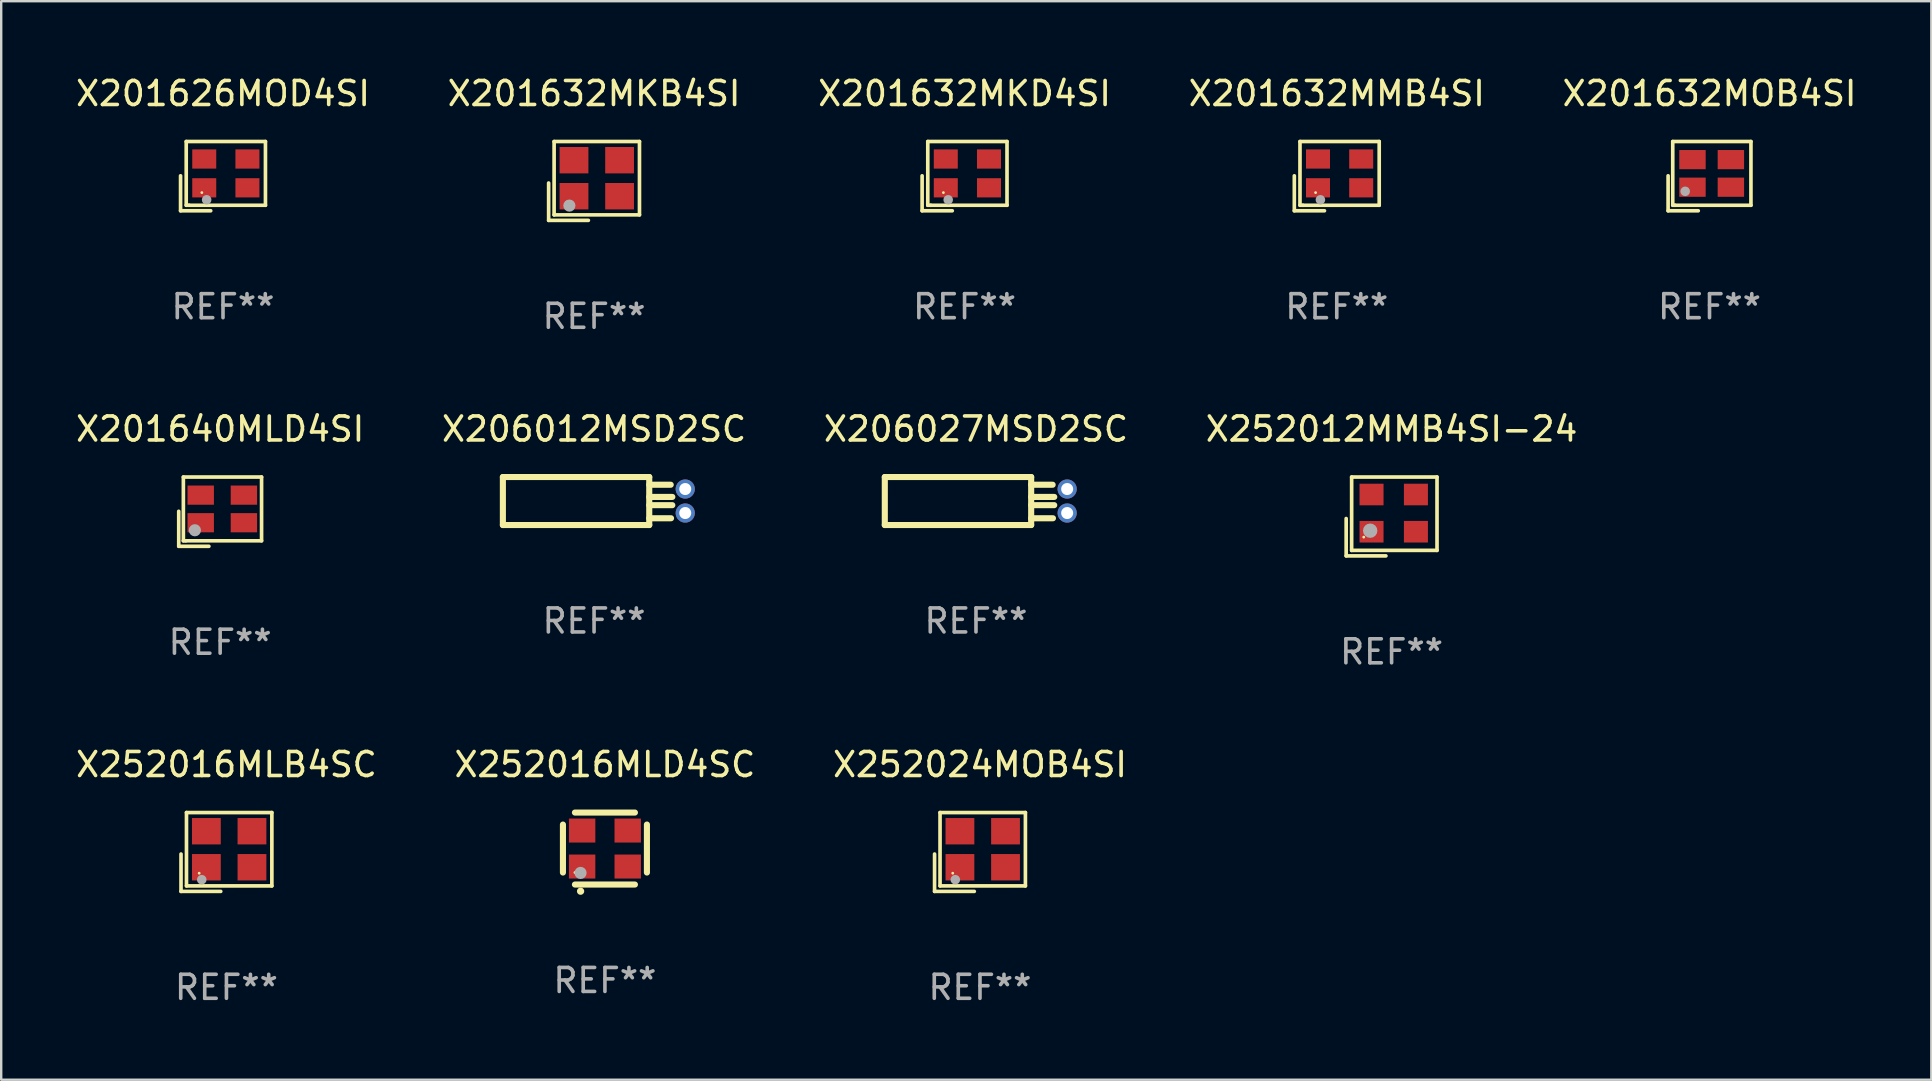
<source format=kicad_pcb>
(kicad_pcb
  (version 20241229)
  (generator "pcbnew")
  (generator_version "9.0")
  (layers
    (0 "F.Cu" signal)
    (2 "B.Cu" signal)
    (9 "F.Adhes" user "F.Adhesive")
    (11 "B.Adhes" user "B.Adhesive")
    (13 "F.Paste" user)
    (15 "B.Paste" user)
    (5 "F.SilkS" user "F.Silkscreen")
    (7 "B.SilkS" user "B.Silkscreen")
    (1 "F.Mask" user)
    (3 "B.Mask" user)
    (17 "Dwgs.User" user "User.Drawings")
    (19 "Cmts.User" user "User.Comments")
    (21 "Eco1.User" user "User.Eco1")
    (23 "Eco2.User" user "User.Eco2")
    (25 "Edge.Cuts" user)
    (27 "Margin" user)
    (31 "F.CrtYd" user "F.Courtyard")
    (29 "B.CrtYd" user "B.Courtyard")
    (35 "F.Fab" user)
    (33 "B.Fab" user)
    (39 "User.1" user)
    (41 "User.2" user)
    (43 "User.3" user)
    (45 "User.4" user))
  (footprint "X206027MSD2SC"
    (layer "F.Cu")
    (at 37.625 17.831)
    (property "Reference" "X206027MSD2SC" (at 0 -3 0) (layer "F.SilkS") (effects (font (size 1 1) (thickness 0.15))))
    (attr through_hole)
    (fp_line (start -3.8 1) (end -3.8 -1) (stroke (width 0.254) (type solid)) (layer "F.SilkS"))
    (fp_line (start 2.3 -1) (end -3.8 -1) (stroke (width 0.254) (type solid)) (layer "F.SilkS"))
    (fp_line (start 2.3 -1) (end 2.3 1) (stroke (width 0.254) (type solid)) (layer "F.SilkS"))
    (fp_line (start 2.3 -0.679) (end 3.195 -0.679) (stroke (width 0.254) (type solid)) (layer "F.SilkS"))
    (fp_line (start 2.3 -0.171) (end 3.262 -0.171) (stroke (width 0.254) (type solid)) (layer "F.SilkS"))
    (fp_line (start 2.3 0.172) (end 3.261 0.172) (stroke (width 0.254) (type solid)) (layer "F.SilkS"))
    (fp_line (start 2.3 0.718) (end 3.208 0.718) (stroke (width 0.254) (type solid)) (layer "F.SilkS"))
    (fp_line (start 2.3 1) (end -3.8 1) (stroke (width 0.254) (type solid)) (layer "F.SilkS"))
    (fp_circle (center -3.8 -1) (end -3.77 -1) (stroke (width 0.06) (type solid)) (fill no) (layer "F.SilkS"))
    (fp_text user "REF**" (at 0 5 0) (layer "F.Fab") (effects (font (size 1 1) (thickness 0.15))))
    (pad "1" thru_hole circle (at 3.8 -0.5) (size 0.8 0.8) (drill 0.5) (layers "*.Cu" "*.Mask"))
    (pad "2" thru_hole circle (at 3.8 0.5) (size 0.8 0.8) (drill 0.5) (layers "*.Cu" "*.Mask")))
  (footprint "X201632MKB4SI"
    (layer "F.Cu")
    (at 21.708 4.491)
    (property "Reference" "X201632MKB4SI" (at 0 -3.643 0) (layer "F.SilkS") (effects (font (size 1 1) (thickness 0.15))))
    (attr through_hole)
    (fp_line (start -1.893 0.086) (end -1.893 1.643) (stroke (width 0.152) (type solid)) (layer "F.SilkS"))
    (fp_line (start -1.893 1.643) (end -0.237 1.643) (stroke (width 0.152) (type solid)) (layer "F.SilkS"))
    (fp_line (start -1.665 -1.643) (end 1.893 -1.643) (stroke (width 0.152) (type solid)) (layer "F.SilkS"))
    (fp_line (start -1.665 1.414) (end -1.665 -1.643) (stroke (width 0.152) (type solid)) (layer "F.SilkS"))
    (fp_line (start 1.893 -1.643) (end 1.893 1.414) (stroke (width 0.152) (type solid)) (layer "F.SilkS"))
    (fp_line (start 1.893 1.414) (end -1.665 1.414) (stroke (width 0.152) (type solid)) (layer "F.SilkS"))
    (fp_circle (center -1.136 0.885) (end -1.106 0.885) (stroke (width 0.06) (type solid)) (fill no) (layer "F.SilkS"))
    (fp_circle (center -1.029 1.028) (end -0.902 1.028) (stroke (width 0.254) (type solid)) (fill no) (layer "F.Fab"))
    (fp_text user "REF**" (at 0 5.643 0) (layer "F.Fab") (effects (font (size 1 1) (thickness 0.15))))
    (pad "1" smd rect (at -0.836 0.636) (size 1.2 1.1) (layers "F.Cu" "F.Mask" "F.Paste"))
    (pad "2" smd rect (at 1.064 0.636) (size 1.2 1.1) (layers "F.Cu" "F.Mask" "F.Paste"))
    (pad "3" smd rect (at 1.064 -0.865) (size 1.2 1.1) (layers "F.Cu" "F.Mask" "F.Paste"))
    (pad "4" smd rect (at -0.836 -0.865) (size 1.2 1.1) (layers "F.Cu" "F.Mask" "F.Paste")))
  (footprint "X252024MOB4SI"
    (layer "F.Cu")
    (at 37.792 32.457)
    (property "Reference" "X252024MOB4SI" (at 0 -3.643 0) (layer "F.SilkS") (effects (font (size 1 1) (thickness 0.15))))
    (attr through_hole)
    (fp_line (start -1.893 0.086) (end -1.893 1.643) (stroke (width 0.152) (type solid)) (layer "F.SilkS"))
    (fp_line (start -1.893 1.643) (end -0.237 1.643) (stroke (width 0.152) (type solid)) (layer "F.SilkS"))
    (fp_line (start -1.665 -1.643) (end 1.893 -1.643) (stroke (width 0.152) (type solid)) (layer "F.SilkS"))
    (fp_line (start -1.665 1.414) (end -1.665 -1.643) (stroke (width 0.152) (type solid)) (layer "F.SilkS"))
    (fp_line (start 1.893 -1.643) (end 1.893 1.414) (stroke (width 0.152) (type solid)) (layer "F.SilkS"))
    (fp_line (start 1.893 1.414) (end -1.665 1.414) (stroke (width 0.152) (type solid)) (layer "F.SilkS"))
    (fp_circle (center -1.136 0.885) (end -1.106 0.885) (stroke (width 0.06) (type solid)) (fill no) (layer "F.SilkS"))
    (fp_circle (center -1.029 1.155) (end -0.929 1.155) (stroke (width 0.2) (type solid)) (fill no) (layer "F.Fab"))
    (fp_text user "REF**" (at 0 5.643 0) (layer "F.Fab") (effects (font (size 1 1) (thickness 0.15))))
    (pad "1" smd rect (at -0.836 0.636) (size 1.2 1.1) (layers "F.Cu" "F.Mask" "F.Paste"))
    (pad "2" smd rect (at 1.064 0.636) (size 1.2 1.1) (layers "F.Cu" "F.Mask" "F.Paste"))
    (pad "3" smd rect (at 1.064 -0.865) (size 1.2 1.1) (layers "F.Cu" "F.Mask" "F.Paste"))
    (pad "4" smd rect (at -0.836 -0.865) (size 1.2 1.1) (layers "F.Cu" "F.Mask" "F.Paste")))
  (footprint "X201632MOB4SI"
    (layer "F.Cu")
    (at 68.196 4.291)
    (property "Reference" "X201632MOB4SI" (at 0 -3.443 0) (layer "F.SilkS") (effects (font (size 1 1) (thickness 0.15))))
    (attr through_hole)
    (fp_line (start -1.726 -0.015) (end -1.726 1.443) (stroke (width 0.152) (type solid)) (layer "F.SilkS"))
    (fp_line (start -1.726 1.443) (end -0.469 1.443) (stroke (width 0.152) (type solid)) (layer "F.SilkS"))
    (fp_line (start -1.533 -1.443) (end 1.726 -1.443) (stroke (width 0.152) (type solid)) (layer "F.SilkS"))
    (fp_line (start -1.533 1.214) (end -1.533 -1.443) (stroke (width 0.152) (type solid)) (layer "F.SilkS"))
    (fp_line (start -1.439 1.214) (end -1.533 1.214) (stroke (width 0.152) (type solid)) (layer "F.SilkS"))
    (fp_line (start 1.726 -1.443) (end 1.726 1.214) (stroke (width 0.152) (type solid)) (layer "F.SilkS"))
    (fp_line (start 1.726 1.214) (end -1.439 1.214) (stroke (width 0.152) (type solid)) (layer "F.SilkS"))
    (fp_circle (center -0.91 0.686) (end -0.88 0.686) (stroke (width 0.06) (type solid)) (fill no) (layer "F.SilkS"))
    (fp_circle (center -1.014 0.633) (end -0.914 0.633) (stroke (width 0.2) (type solid)) (fill no) (layer "F.Fab"))
    (fp_text user "REF**" (at 0 5.443 0) (layer "F.Fab") (effects (font (size 1 1) (thickness 0.15))))
    (pad "1" smd rect (at -0.71 0.461) (size 1.1 0.8) (layers "F.Cu" "F.Mask" "F.Paste"))
    (pad "2" smd rect (at 0.89 0.461) (size 1.1 0.8) (layers "F.Cu" "F.Mask" "F.Paste"))
    (pad "3" smd rect (at 0.89 -0.689) (size 1.1 0.8) (layers "F.Cu" "F.Mask" "F.Paste"))
    (pad "4" smd rect (at -0.71 -0.689) (size 1.1 0.8) (layers "F.Cu" "F.Mask" "F.Paste")))
  (footprint "X206012MSD2SC"
    (layer "F.Cu")
    (at 21.708 17.831)
    (property "Reference" "X206012MSD2SC" (at 0 -3 0) (layer "F.SilkS") (effects (font (size 1 1) (thickness 0.15))))
    (attr through_hole)
    (fp_line (start -3.8 1) (end -3.8 -1) (stroke (width 0.254) (type solid)) (layer "F.SilkS"))
    (fp_line (start 2.3 -1) (end -3.8 -1) (stroke (width 0.254) (type solid)) (layer "F.SilkS"))
    (fp_line (start 2.3 -1) (end 2.3 1) (stroke (width 0.254) (type solid)) (layer "F.SilkS"))
    (fp_line (start 2.3 -0.679) (end 3.195 -0.679) (stroke (width 0.254) (type solid)) (layer "F.SilkS"))
    (fp_line (start 2.3 -0.171) (end 3.262 -0.171) (stroke (width 0.254) (type solid)) (layer "F.SilkS"))
    (fp_line (start 2.3 0.172) (end 3.261 0.172) (stroke (width 0.254) (type solid)) (layer "F.SilkS"))
    (fp_line (start 2.3 0.718) (end 3.208 0.718) (stroke (width 0.254) (type solid)) (layer "F.SilkS"))
    (fp_line (start 2.3 1) (end -3.8 1) (stroke (width 0.254) (type solid)) (layer "F.SilkS"))
    (fp_circle (center -3.8 -1) (end -3.77 -1) (stroke (width 0.06) (type solid)) (fill no) (layer "F.SilkS"))
    (fp_text user "REF**" (at 0 5 0) (layer "F.Fab") (effects (font (size 1 1) (thickness 0.15))))
    (pad "1" thru_hole circle (at 3.8 -0.5) (size 0.8 0.8) (drill 0.5) (layers "*.Cu" "*.Mask"))
    (pad "2" thru_hole circle (at 3.8 0.5) (size 0.8 0.8) (drill 0.5) (layers "*.Cu" "*.Mask")))
  (footprint "X201632MMB4SI"
    (layer "F.Cu")
    (at 52.661 4.291)
    (property "Reference" "X201632MMB4SI" (at 0 -3.443 0) (layer "F.SilkS") (effects (font (size 1 1) (thickness 0.15))))
    (attr through_hole)
    (fp_line (start -1.769 -0.014) (end -1.769 1.443) (stroke (width 0.152) (type solid)) (layer "F.SilkS"))
    (fp_line (start -1.769 1.443) (end -0.512 1.443) (stroke (width 0.152) (type solid)) (layer "F.SilkS"))
    (fp_line (start -1.533 -1.443) (end 1.769 -1.443) (stroke (width 0.152) (type solid)) (layer "F.SilkS"))
    (fp_line (start -1.533 1.214) (end -1.533 -1.443) (stroke (width 0.152) (type solid)) (layer "F.SilkS"))
    (fp_line (start -1.411 1.214) (end -1.533 1.214) (stroke (width 0.152) (type solid)) (layer "F.SilkS"))
    (fp_line (start 1.769 -1.443) (end 1.769 1.214) (stroke (width 0.152) (type solid)) (layer "F.SilkS"))
    (fp_line (start 1.769 1.214) (end -1.411 1.214) (stroke (width 0.152) (type solid)) (layer "F.SilkS"))
    (fp_circle (center -0.882 0.686) (end -0.852 0.686) (stroke (width 0.06) (type solid)) (fill no) (layer "F.SilkS"))
    (fp_circle (center -0.682 0.986) (end -0.582 0.986) (stroke (width 0.2) (type solid)) (fill no) (layer "F.Fab"))
    (fp_text user "REF**" (at 0 5.443 0) (layer "F.Fab") (effects (font (size 1 1) (thickness 0.15))))
    (pad "1" smd rect (at -0.782 0.486 90) (size 0.8 1) (layers "F.Cu" "F.Mask" "F.Paste"))
    (pad "2" smd rect (at 1.018 0.486 90) (size 0.8 1) (layers "F.Cu" "F.Mask" "F.Paste"))
    (pad "3" smd rect (at 1.018 -0.714 90) (size 0.8 1) (layers "F.Cu" "F.Mask" "F.Paste"))
    (pad "4" smd rect (at -0.782 -0.714 90) (size 0.8 1) (layers "F.Cu" "F.Mask" "F.Paste")))
  (footprint "X201640MLD4SI"
    (layer "F.Cu")
    (at 6.125 18.274)
    (property "Reference" "X201640MLD4SI" (at 0 -3.443 0) (layer "F.SilkS") (effects (font (size 1 1) (thickness 0.15))))
    (attr through_hole)
    (fp_line (start -1.726 -0.015) (end -1.726 1.443) (stroke (width 0.152) (type solid)) (layer "F.SilkS"))
    (fp_line (start -1.726 1.443) (end -0.469 1.443) (stroke (width 0.152) (type solid)) (layer "F.SilkS"))
    (fp_line (start -1.533 -1.443) (end 1.726 -1.443) (stroke (width 0.152) (type solid)) (layer "F.SilkS"))
    (fp_line (start -1.533 1.214) (end -1.533 -1.443) (stroke (width 0.152) (type solid)) (layer "F.SilkS"))
    (fp_line (start -1.439 1.214) (end -1.533 1.214) (stroke (width 0.152) (type solid)) (layer "F.SilkS"))
    (fp_line (start 1.726 -1.443) (end 1.726 1.214) (stroke (width 0.152) (type solid)) (layer "F.SilkS"))
    (fp_line (start 1.726 1.214) (end -1.439 1.214) (stroke (width 0.152) (type solid)) (layer "F.SilkS"))
    (fp_circle (center -0.91 0.686) (end -0.88 0.686) (stroke (width 0.06) (type solid)) (fill no) (layer "F.SilkS"))
    (fp_circle (center -1.053 0.775) (end -0.926 0.775) (stroke (width 0.254) (type solid)) (fill no) (layer "F.Fab"))
    (fp_text user "REF**" (at 0 5.443 0) (layer "F.Fab") (effects (font (size 1 1) (thickness 0.15))))
    (pad "1" smd rect (at -0.81 0.461) (size 1.1 0.8) (layers "F.Cu" "F.Mask" "F.Paste"))
    (pad "2" smd rect (at 0.99 0.461) (size 1.1 0.8) (layers "F.Cu" "F.Mask" "F.Paste"))
    (pad "3" smd rect (at 0.99 -0.689) (size 1.1 0.8) (layers "F.Cu" "F.Mask" "F.Paste"))
    (pad "4" smd rect (at -0.81 -0.689) (size 1.1 0.8) (layers "F.Cu" "F.Mask" "F.Paste")))
  (footprint "X252016MLB4SC"
    (layer "F.Cu")
    (at 6.387 32.457)
    (property "Reference" "X252016MLB4SC" (at 0 -3.643 0) (layer "F.SilkS") (effects (font (size 1 1) (thickness 0.15))))
    (attr through_hole)
    (fp_line (start -1.893 0.086) (end -1.893 1.643) (stroke (width 0.152) (type solid)) (layer "F.SilkS"))
    (fp_line (start -1.893 1.643) (end -0.237 1.643) (stroke (width 0.152) (type solid)) (layer "F.SilkS"))
    (fp_line (start -1.665 -1.643) (end 1.893 -1.643) (stroke (width 0.152) (type solid)) (layer "F.SilkS"))
    (fp_line (start -1.665 1.414) (end -1.665 -1.643) (stroke (width 0.152) (type solid)) (layer "F.SilkS"))
    (fp_line (start 1.893 -1.643) (end 1.893 1.414) (stroke (width 0.152) (type solid)) (layer "F.SilkS"))
    (fp_line (start 1.893 1.414) (end -1.665 1.414) (stroke (width 0.152) (type solid)) (layer "F.SilkS"))
    (fp_circle (center -1.136 0.885) (end -1.106 0.885) (stroke (width 0.06) (type solid)) (fill no) (layer "F.SilkS"))
    (fp_circle (center -1.029 1.155) (end -0.929 1.155) (stroke (width 0.2) (type solid)) (fill no) (layer "F.Fab"))
    (fp_text user "REF**" (at 0 5.643 0) (layer "F.Fab") (effects (font (size 1 1) (thickness 0.15))))
    (pad "1" smd rect (at -0.836 0.636) (size 1.2 1.1) (layers "F.Cu" "F.Mask" "F.Paste"))
    (pad "2" smd rect (at 1.064 0.636) (size 1.2 1.1) (layers "F.Cu" "F.Mask" "F.Paste"))
    (pad "3" smd rect (at 1.064 -0.865) (size 1.2 1.1) (layers "F.Cu" "F.Mask" "F.Paste"))
    (pad "4" smd rect (at -0.836 -0.865) (size 1.2 1.1) (layers "F.Cu" "F.Mask" "F.Paste")))
  (footprint "X201632MKD4SI"
    (layer "F.Cu")
    (at 37.149 4.291)
    (property "Reference" "X201632MKD4SI" (at 0 -3.443 0) (layer "F.SilkS") (effects (font (size 1 1) (thickness 0.15))))
    (attr through_hole)
    (fp_line (start -1.769 -0.014) (end -1.769 1.443) (stroke (width 0.152) (type solid)) (layer "F.SilkS"))
    (fp_line (start -1.769 1.443) (end -0.512 1.443) (stroke (width 0.152) (type solid)) (layer "F.SilkS"))
    (fp_line (start -1.533 -1.443) (end 1.769 -1.443) (stroke (width 0.152) (type solid)) (layer "F.SilkS"))
    (fp_line (start -1.533 1.214) (end -1.533 -1.443) (stroke (width 0.152) (type solid)) (layer "F.SilkS"))
    (fp_line (start -1.411 1.214) (end -1.533 1.214) (stroke (width 0.152) (type solid)) (layer "F.SilkS"))
    (fp_line (start 1.769 -1.443) (end 1.769 1.214) (stroke (width 0.152) (type solid)) (layer "F.SilkS"))
    (fp_line (start 1.769 1.214) (end -1.411 1.214) (stroke (width 0.152) (type solid)) (layer "F.SilkS"))
    (fp_circle (center -0.882 0.686) (end -0.852 0.686) (stroke (width 0.06) (type solid)) (fill no) (layer "F.SilkS"))
    (fp_circle (center -0.682 0.986) (end -0.582 0.986) (stroke (width 0.2) (type solid)) (fill no) (layer "F.Fab"))
    (fp_text user "REF**" (at 0 5.443 0) (layer "F.Fab") (effects (font (size 1 1) (thickness 0.15))))
    (pad "1" smd rect (at -0.782 0.486 90) (size 0.8 1) (layers "F.Cu" "F.Mask" "F.Paste"))
    (pad "2" smd rect (at 1.018 0.486 90) (size 0.8 1) (layers "F.Cu" "F.Mask" "F.Paste"))
    (pad "3" smd rect (at 1.018 -0.714 90) (size 0.8 1) (layers "F.Cu" "F.Mask" "F.Paste"))
    (pad "4" smd rect (at -0.782 -0.714 90) (size 0.8 1) (layers "F.Cu" "F.Mask" "F.Paste")))
  (footprint "X252016MLD4SC"
    (layer "F.Cu")
    (at 22.161 32.314)
    (property "Reference" "X252016MLD4SC" (at 0 -3.5 0) (layer "F.SilkS") (effects (font (size 1 1) (thickness 0.15))))
    (attr through_hole)
    (fp_line (start -1.75 -1) (end -1.75 1) (stroke (width 0.254) (type solid)) (layer "F.SilkS"))
    (fp_line (start -1.25 -1.5) (end 1.25 -1.5) (stroke (width 0.254) (type solid)) (layer "F.SilkS"))
    (fp_line (start -1.25 1.5) (end 1.25 1.5) (stroke (width 0.254) (type solid)) (layer "F.SilkS"))
    (fp_line (start 1.75 -1) (end 1.75 1) (stroke (width 0.254) (type solid)) (layer "F.SilkS"))
    (fp_arc (start -1.016002 1.778004) (mid -1.014732 1.777999) (end -1.013462 1.778004) (stroke (width 0.3) (type solid)) (layer "F.SilkS"))
    (fp_circle (center -1.25 1) (end -1.22 1) (stroke (width 0.06) (type solid)) (fill no) (layer "F.SilkS"))
    (fp_circle (center -1.016 1.016) (end -0.889 1.016) (stroke (width 0.254) (type solid)) (fill no) (layer "F.Fab"))
    (fp_text user "REF**" (at 0 5.5 0) (layer "F.Fab") (effects (font (size 1 1) (thickness 0.15))))
    (pad "1" smd rect (at -0.95 0.75) (size 1.1 1) (layers "F.Cu" "F.Mask" "F.Paste"))
    (pad "2" smd rect (at 0.95 0.75) (size 1.1 1) (layers "F.Cu" "F.Mask" "F.Paste"))
    (pad "3" smd rect (at 0.95 -0.75) (size 1.1 1) (layers "F.Cu" "F.Mask" "F.Paste"))
    (pad "4" smd rect (at -0.95 -0.75) (size 1.1 1) (layers "F.Cu" "F.Mask" "F.Paste")))
  (footprint "X201626MOD4SI"
    (layer "F.Cu")
    (at 6.244 4.291)
    (property "Reference" "X201626MOD4SI" (at 0 -3.443 0) (layer "F.SilkS") (effects (font (size 1 1) (thickness 0.15))))
    (attr through_hole)
    (fp_line (start -1.769 -0.014) (end -1.769 1.443) (stroke (width 0.152) (type solid)) (layer "F.SilkS"))
    (fp_line (start -1.769 1.443) (end -0.512 1.443) (stroke (width 0.152) (type solid)) (layer "F.SilkS"))
    (fp_line (start -1.533 -1.443) (end 1.769 -1.443) (stroke (width 0.152) (type solid)) (layer "F.SilkS"))
    (fp_line (start -1.533 1.214) (end -1.533 -1.443) (stroke (width 0.152) (type solid)) (layer "F.SilkS"))
    (fp_line (start -1.411 1.214) (end -1.533 1.214) (stroke (width 0.152) (type solid)) (layer "F.SilkS"))
    (fp_line (start 1.769 -1.443) (end 1.769 1.214) (stroke (width 0.152) (type solid)) (layer "F.SilkS"))
    (fp_line (start 1.769 1.214) (end -1.411 1.214) (stroke (width 0.152) (type solid)) (layer "F.SilkS"))
    (fp_circle (center -0.882 0.686) (end -0.852 0.686) (stroke (width 0.06) (type solid)) (fill no) (layer "F.SilkS"))
    (fp_circle (center -0.682 0.986) (end -0.582 0.986) (stroke (width 0.2) (type solid)) (fill no) (layer "F.Fab"))
    (fp_text user "REF**" (at 0 5.443 0) (layer "F.Fab") (effects (font (size 1 1) (thickness 0.15))))
    (pad "1" smd rect (at -0.782 0.486 90) (size 0.8 1) (layers "F.Cu" "F.Mask" "F.Paste"))
    (pad "2" smd rect (at 1.018 0.486 90) (size 0.8 1) (layers "F.Cu" "F.Mask" "F.Paste"))
    (pad "3" smd rect (at 1.018 -0.714 90) (size 0.8 1) (layers "F.Cu" "F.Mask" "F.Paste"))
    (pad "4" smd rect (at -0.782 -0.714 90) (size 0.8 1) (layers "F.Cu" "F.Mask" "F.Paste")))
  (footprint "X252012MMB4SI-24"
    (layer "F.Cu")
    (at 54.946 18.474)
    (property "Reference" "X252012MMB4SI-24" (at 0 -3.643 0) (layer "F.SilkS") (effects (font (size 1 1) (thickness 0.15))))
    (attr through_hole)
    (fp_line (start -1.893 0.086) (end -1.893 1.643) (stroke (width 0.152) (type solid)) (layer "F.SilkS"))
    (fp_line (start -1.893 1.643) (end -0.237 1.643) (stroke (width 0.152) (type solid)) (layer "F.SilkS"))
    (fp_line (start -1.665 -1.643) (end 1.893 -1.643) (stroke (width 0.152) (type solid)) (layer "F.SilkS"))
    (fp_line (start -1.665 1.414) (end -1.665 -1.643) (stroke (width 0.152) (type solid)) (layer "F.SilkS"))
    (fp_line (start 1.893 -1.643) (end 1.893 1.414) (stroke (width 0.152) (type solid)) (layer "F.SilkS"))
    (fp_line (start 1.893 1.414) (end -1.665 1.414) (stroke (width 0.152) (type solid)) (layer "F.SilkS"))
    (fp_circle (center -1.161 0.861) (end -1.131 0.861) (stroke (width 0.06) (type solid)) (fill no) (layer "F.SilkS"))
    (fp_circle (center -0.892 0.593) (end -0.742 0.593) (stroke (width 0.3) (type solid)) (fill no) (layer "F.Fab"))
    (fp_text user "REF**" (at 0 5.643 0) (layer "F.Fab") (effects (font (size 1 1) (thickness 0.15))))
    (pad "1" smd rect (at -0.836 0.636) (size 1 0.9) (layers "F.Cu" "F.Mask" "F.Paste"))
    (pad "2" smd rect (at 1.014 0.636) (size 1 0.9) (layers "F.Cu" "F.Mask" "F.Paste"))
    (pad "3" smd rect (at 1.014 -0.915) (size 1 0.9) (layers "F.Cu" "F.Mask" "F.Paste"))
    (pad "4" smd rect (at -0.836 -0.915) (size 1 0.9) (layers "F.Cu" "F.Mask" "F.Paste")))
  (gr_rect
    (start -3 -3)
    (end 77.44 41.948)
    (stroke (width 0.1) (type default))
    (fill no)
    (layer "Edge.Cuts")))
</source>
